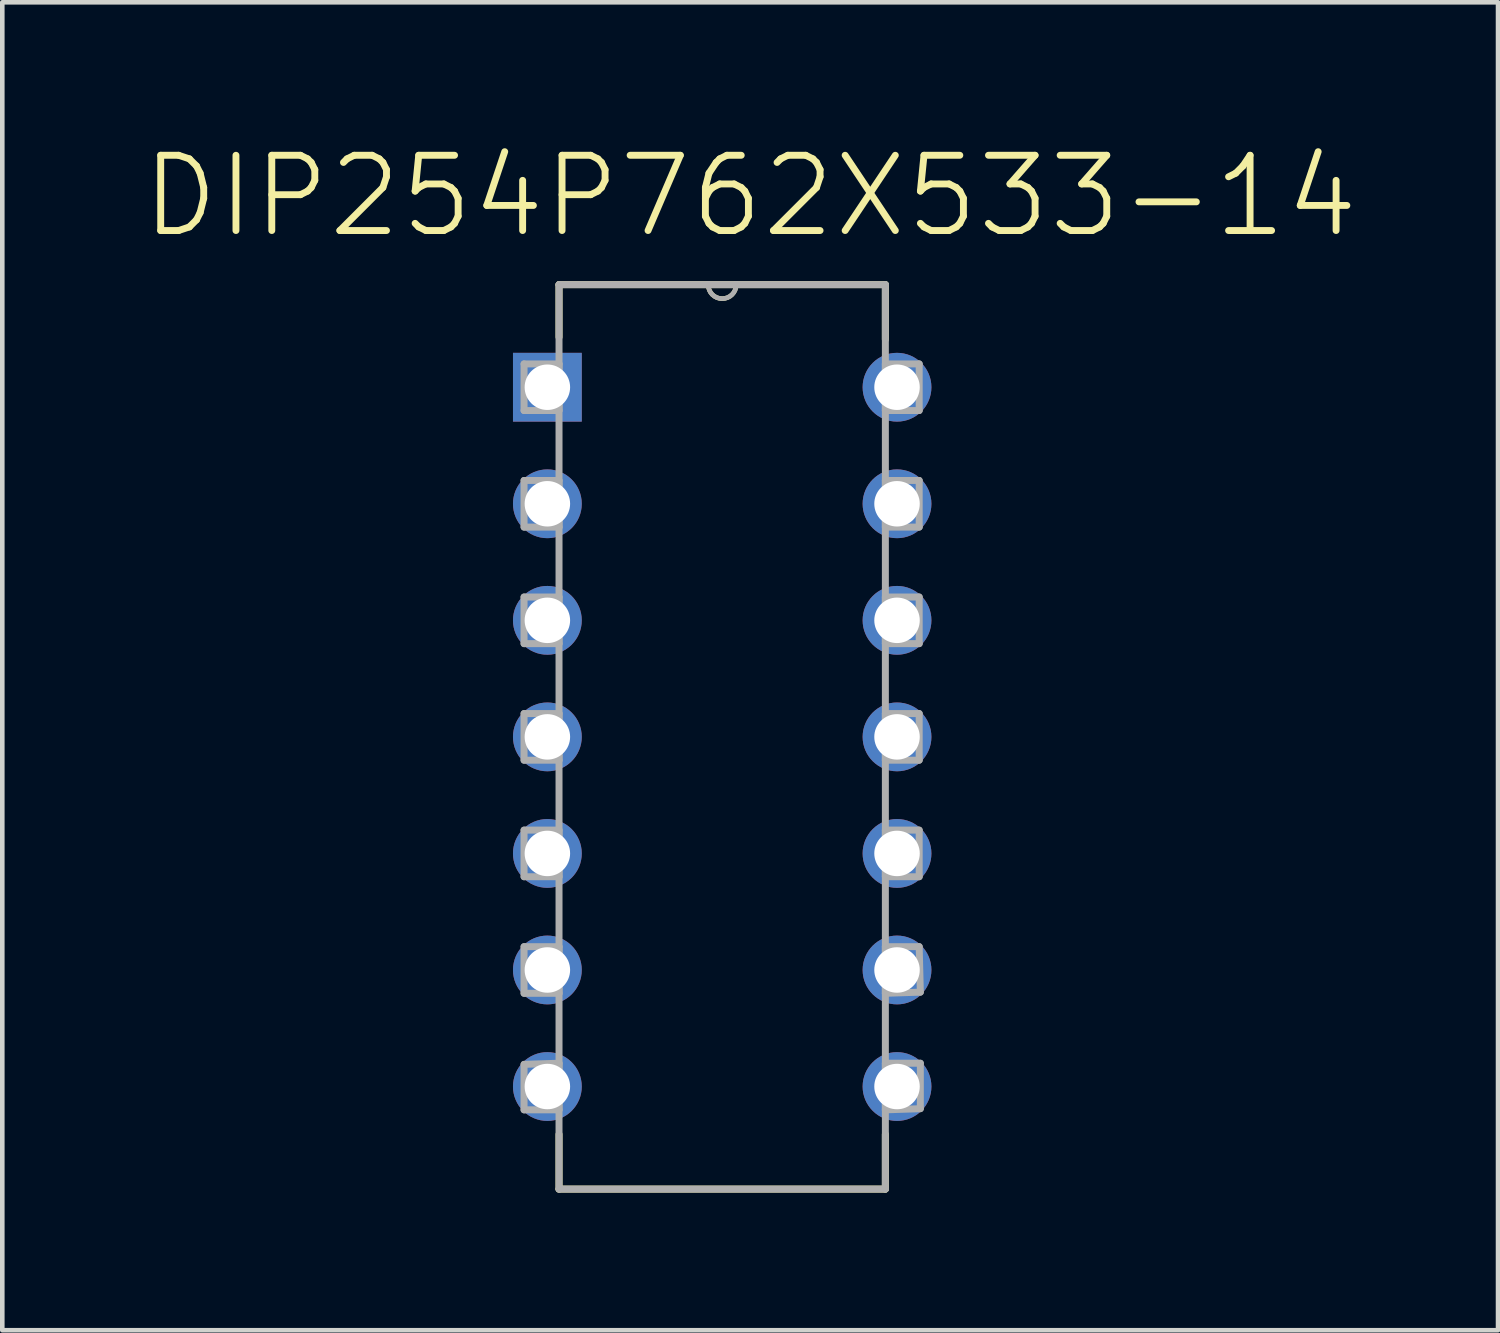
<source format=kicad_pcb>
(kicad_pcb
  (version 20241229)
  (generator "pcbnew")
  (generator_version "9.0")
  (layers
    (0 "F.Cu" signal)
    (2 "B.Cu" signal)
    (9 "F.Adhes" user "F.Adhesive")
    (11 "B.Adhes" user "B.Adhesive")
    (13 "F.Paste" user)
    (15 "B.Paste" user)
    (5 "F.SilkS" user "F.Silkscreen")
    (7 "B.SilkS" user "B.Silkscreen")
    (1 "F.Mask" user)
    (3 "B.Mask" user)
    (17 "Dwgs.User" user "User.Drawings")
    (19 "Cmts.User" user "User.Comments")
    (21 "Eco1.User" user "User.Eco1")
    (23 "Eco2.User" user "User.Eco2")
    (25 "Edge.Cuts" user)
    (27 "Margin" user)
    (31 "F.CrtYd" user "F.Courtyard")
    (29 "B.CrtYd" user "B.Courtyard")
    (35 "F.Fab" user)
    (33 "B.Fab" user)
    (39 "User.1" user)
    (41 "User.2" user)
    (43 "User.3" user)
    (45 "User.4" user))
  (footprint "DIP254P762X533-14"
    (layer "F.Cu")
    (at 16.499 20.629)
    (property "Reference" "DIP254P762X533-14" (at -3.2 -19.406 0) (layer "F.SilkS") (effects (font (size 1.64 1.64) (thickness 0.15))))
    (attr through_hole)
    (fp_line (start -7.366 -17.475) (end -7.366 -16.332) (stroke (width 0.152) (type solid)) (layer "F.SilkS"))
    (fp_line (start -7.366 1.041) (end -7.366 2.235) (stroke (width 0.152) (type solid)) (layer "F.SilkS"))
    (fp_line (start -7.366 2.235) (end -0.254 2.235) (stroke (width 0.152) (type solid)) (layer "F.SilkS"))
    (fp_line (start -4.115 -17.475) (end -7.366 -17.475) (stroke (width 0.152) (type solid)) (layer "F.SilkS"))
    (fp_line (start -3.505 -17.475) (end -4.115 -17.475) (stroke (width 0.152) (type solid)) (layer "F.SilkS"))
    (fp_line (start -0.254 -17.475) (end -3.505 -17.475) (stroke (width 0.152) (type solid)) (layer "F.SilkS"))
    (fp_line (start -0.254 -16.281) (end -0.254 -17.475) (stroke (width 0.152) (type solid)) (layer "F.SilkS"))
    (fp_line (start -0.254 2.235) (end -0.254 1.041) (stroke (width 0.152) (type solid)) (layer "F.SilkS"))
    (fp_arc (start -3.5052 -17.4752) (mid -3.81 -17.1704) (end -4.1148 -17.4752) (stroke (width 0.1) (type solid)) (layer "F.SilkS"))
    (fp_line (start -8.128 -15.748) (end -8.128 -14.732) (stroke (width 0.152) (type solid)) (layer "F.Fab"))
    (fp_line (start -8.128 -14.732) (end -7.366 -14.732) (stroke (width 0.152) (type solid)) (layer "F.Fab"))
    (fp_line (start -8.128 -13.208) (end -8.128 -12.192) (stroke (width 0.152) (type solid)) (layer "F.Fab"))
    (fp_line (start -8.128 -12.192) (end -7.366 -12.192) (stroke (width 0.152) (type solid)) (layer "F.Fab"))
    (fp_line (start -8.128 -10.668) (end -8.128 -9.652) (stroke (width 0.152) (type solid)) (layer "F.Fab"))
    (fp_line (start -8.128 -9.652) (end -7.366 -9.652) (stroke (width 0.152) (type solid)) (layer "F.Fab"))
    (fp_line (start -8.128 -8.128) (end -8.128 -7.112) (stroke (width 0.152) (type solid)) (layer "F.Fab"))
    (fp_line (start -8.128 -7.112) (end -7.366 -7.112) (stroke (width 0.152) (type solid)) (layer "F.Fab"))
    (fp_line (start -8.128 -5.588) (end -8.128 -4.572) (stroke (width 0.152) (type solid)) (layer "F.Fab"))
    (fp_line (start -8.128 -4.572) (end -7.366 -4.572) (stroke (width 0.152) (type solid)) (layer "F.Fab"))
    (fp_line (start -8.128 -3.048) (end -8.128 -2.032) (stroke (width 0.152) (type solid)) (layer "F.Fab"))
    (fp_line (start -8.128 -2.032) (end -7.366 -2.032) (stroke (width 0.152) (type solid)) (layer "F.Fab"))
    (fp_line (start -8.128 -0.483) (end -8.128 0.508) (stroke (width 0.152) (type solid)) (layer "F.Fab"))
    (fp_line (start -8.128 0.508) (end -7.366 0.508) (stroke (width 0.152) (type solid)) (layer "F.Fab"))
    (fp_line (start -7.366 -17.475) (end -7.366 2.235) (stroke (width 0.152) (type solid)) (layer "F.Fab"))
    (fp_line (start -7.366 -15.748) (end -8.128 -15.748) (stroke (width 0.152) (type solid)) (layer "F.Fab"))
    (fp_line (start -7.366 -14.732) (end -7.366 -15.748) (stroke (width 0.152) (type solid)) (layer "F.Fab"))
    (fp_line (start -7.366 -13.208) (end -8.128 -13.208) (stroke (width 0.152) (type solid)) (layer "F.Fab"))
    (fp_line (start -7.366 -12.192) (end -7.366 -13.208) (stroke (width 0.152) (type solid)) (layer "F.Fab"))
    (fp_line (start -7.366 -10.668) (end -8.128 -10.668) (stroke (width 0.152) (type solid)) (layer "F.Fab"))
    (fp_line (start -7.366 -9.652) (end -7.366 -10.668) (stroke (width 0.152) (type solid)) (layer "F.Fab"))
    (fp_line (start -7.366 -8.128) (end -8.128 -8.128) (stroke (width 0.152) (type solid)) (layer "F.Fab"))
    (fp_line (start -7.366 -7.112) (end -7.366 -8.128) (stroke (width 0.152) (type solid)) (layer "F.Fab"))
    (fp_line (start -7.366 -5.588) (end -8.128 -5.588) (stroke (width 0.152) (type solid)) (layer "F.Fab"))
    (fp_line (start -7.366 -4.572) (end -7.366 -5.588) (stroke (width 0.152) (type solid)) (layer "F.Fab"))
    (fp_line (start -7.366 -3.048) (end -8.128 -3.048) (stroke (width 0.152) (type solid)) (layer "F.Fab"))
    (fp_line (start -7.366 -2.032) (end -7.366 -3.048) (stroke (width 0.152) (type solid)) (layer "F.Fab"))
    (fp_line (start -7.366 -0.508) (end -8.128 -0.483) (stroke (width 0.152) (type solid)) (layer "F.Fab"))
    (fp_line (start -7.366 0.508) (end -7.366 -0.508) (stroke (width 0.152) (type solid)) (layer "F.Fab"))
    (fp_line (start -7.366 2.235) (end -0.254 2.235) (stroke (width 0.152) (type solid)) (layer "F.Fab"))
    (fp_line (start -4.115 -17.475) (end -7.366 -17.475) (stroke (width 0.152) (type solid)) (layer "F.Fab"))
    (fp_line (start -3.505 -17.475) (end -4.115 -17.475) (stroke (width 0.152) (type solid)) (layer "F.Fab"))
    (fp_line (start -0.254 -17.475) (end -3.505 -17.475) (stroke (width 0.152) (type solid)) (layer "F.Fab"))
    (fp_line (start -0.254 -15.748) (end -0.254 -14.732) (stroke (width 0.152) (type solid)) (layer "F.Fab"))
    (fp_line (start -0.254 -14.732) (end 0.483 -14.732) (stroke (width 0.152) (type solid)) (layer "F.Fab"))
    (fp_line (start -0.254 -13.208) (end -0.254 -12.192) (stroke (width 0.152) (type solid)) (layer "F.Fab"))
    (fp_line (start -0.254 -12.192) (end 0.483 -12.192) (stroke (width 0.152) (type solid)) (layer "F.Fab"))
    (fp_line (start -0.254 -10.668) (end -0.254 -9.652) (stroke (width 0.152) (type solid)) (layer "F.Fab"))
    (fp_line (start -0.254 -9.652) (end 0.483 -9.652) (stroke (width 0.152) (type solid)) (layer "F.Fab"))
    (fp_line (start -0.254 -8.128) (end -0.254 -7.112) (stroke (width 0.152) (type solid)) (layer "F.Fab"))
    (fp_line (start -0.254 -7.112) (end 0.483 -7.112) (stroke (width 0.152) (type solid)) (layer "F.Fab"))
    (fp_line (start -0.254 -5.588) (end -0.254 -4.572) (stroke (width 0.152) (type solid)) (layer "F.Fab"))
    (fp_line (start -0.254 -4.572) (end 0.483 -4.572) (stroke (width 0.152) (type solid)) (layer "F.Fab"))
    (fp_line (start -0.254 -3.048) (end -0.254 -2.032) (stroke (width 0.152) (type solid)) (layer "F.Fab"))
    (fp_line (start -0.254 -2.032) (end 0.508 -2.057) (stroke (width 0.152) (type solid)) (layer "F.Fab"))
    (fp_line (start -0.254 -0.508) (end -0.254 0.508) (stroke (width 0.152) (type solid)) (layer "F.Fab"))
    (fp_line (start -0.254 0.508) (end 0.508 0.483) (stroke (width 0.152) (type solid)) (layer "F.Fab"))
    (fp_line (start -0.254 2.235) (end -0.254 -17.475) (stroke (width 0.152) (type solid)) (layer "F.Fab"))
    (fp_line (start 0.483 -15.748) (end -0.254 -15.748) (stroke (width 0.152) (type solid)) (layer "F.Fab"))
    (fp_line (start 0.483 -14.732) (end 0.483 -15.748) (stroke (width 0.152) (type solid)) (layer "F.Fab"))
    (fp_line (start 0.483 -13.208) (end -0.254 -13.208) (stroke (width 0.152) (type solid)) (layer "F.Fab"))
    (fp_line (start 0.483 -12.192) (end 0.483 -13.208) (stroke (width 0.152) (type solid)) (layer "F.Fab"))
    (fp_line (start 0.483 -10.668) (end -0.254 -10.668) (stroke (width 0.152) (type solid)) (layer "F.Fab"))
    (fp_line (start 0.483 -9.652) (end 0.483 -10.668) (stroke (width 0.152) (type solid)) (layer "F.Fab"))
    (fp_line (start 0.483 -8.128) (end -0.254 -8.128) (stroke (width 0.152) (type solid)) (layer "F.Fab"))
    (fp_line (start 0.483 -7.112) (end 0.483 -8.128) (stroke (width 0.152) (type solid)) (layer "F.Fab"))
    (fp_line (start 0.483 -5.588) (end -0.254 -5.588) (stroke (width 0.152) (type solid)) (layer "F.Fab"))
    (fp_line (start 0.483 -4.572) (end 0.483 -5.588) (stroke (width 0.152) (type solid)) (layer "F.Fab"))
    (fp_line (start 0.483 -3.048) (end -0.254 -3.048) (stroke (width 0.152) (type solid)) (layer "F.Fab"))
    (fp_line (start 0.508 -2.057) (end 0.483 -3.048) (stroke (width 0.152) (type solid)) (layer "F.Fab"))
    (fp_line (start 0.508 -0.508) (end -0.254 -0.508) (stroke (width 0.152) (type solid)) (layer "F.Fab"))
    (fp_line (start 0.508 0.483) (end 0.508 -0.508) (stroke (width 0.152) (type solid)) (layer "F.Fab"))
    (fp_arc (start -3.5052 -17.4752) (mid -3.81 -17.1704) (end -4.1148 -17.4752) (stroke (width 0.1) (type solid)) (layer "F.Fab"))
    (pad "1" thru_hole rect (at -7.62 -15.24) (size 1.499 1.499) (drill 0.991) (layers "*.Cu" "*.Mask"))
    (pad "2" thru_hole circle (at -7.62 -12.7) (size 1.499 1.499) (drill 0.991) (layers "*.Cu" "*.Mask"))
    (pad "3" thru_hole circle (at -7.62 -10.16) (size 1.499 1.499) (drill 0.991) (layers "*.Cu" "*.Mask"))
    (pad "4" thru_hole circle (at -7.62 -7.62) (size 1.499 1.499) (drill 0.991) (layers "*.Cu" "*.Mask"))
    (pad "5" thru_hole circle (at -7.62 -5.08) (size 1.499 1.499) (drill 0.991) (layers "*.Cu" "*.Mask"))
    (pad "6" thru_hole circle (at -7.62 -2.54) (size 1.499 1.499) (drill 0.991) (layers "*.Cu" "*.Mask"))
    (pad "7" thru_hole circle (at -7.62 0) (size 1.499 1.499) (drill 0.991) (layers "*.Cu" "*.Mask"))
    (pad "8" thru_hole circle (at 0 0) (size 1.499 1.499) (drill 0.991) (layers "*.Cu" "*.Mask"))
    (pad "9" thru_hole circle (at 0 -2.54) (size 1.499 1.499) (drill 0.991) (layers "*.Cu" "*.Mask"))
    (pad "10" thru_hole circle (at 0 -5.08) (size 1.499 1.499) (drill 0.991) (layers "*.Cu" "*.Mask"))
    (pad "11" thru_hole circle (at 0 -7.62) (size 1.499 1.499) (drill 0.991) (layers "*.Cu" "*.Mask"))
    (pad "12" thru_hole circle (at 0 -10.16) (size 1.499 1.499) (drill 0.991) (layers "*.Cu" "*.Mask"))
    (pad "13" thru_hole circle (at 0 -12.7) (size 1.499 1.499) (drill 0.991) (layers "*.Cu" "*.Mask"))
    (pad "14" thru_hole circle (at 0 -15.24) (size 1.499 1.499) (drill 0.991) (layers "*.Cu" "*.Mask")))
  (gr_rect
    (start -3 -3)
    (end 29.597 25.94)
    (stroke (width 0.1) (type default))
    (fill no)
    (layer "Edge.Cuts")))
</source>
